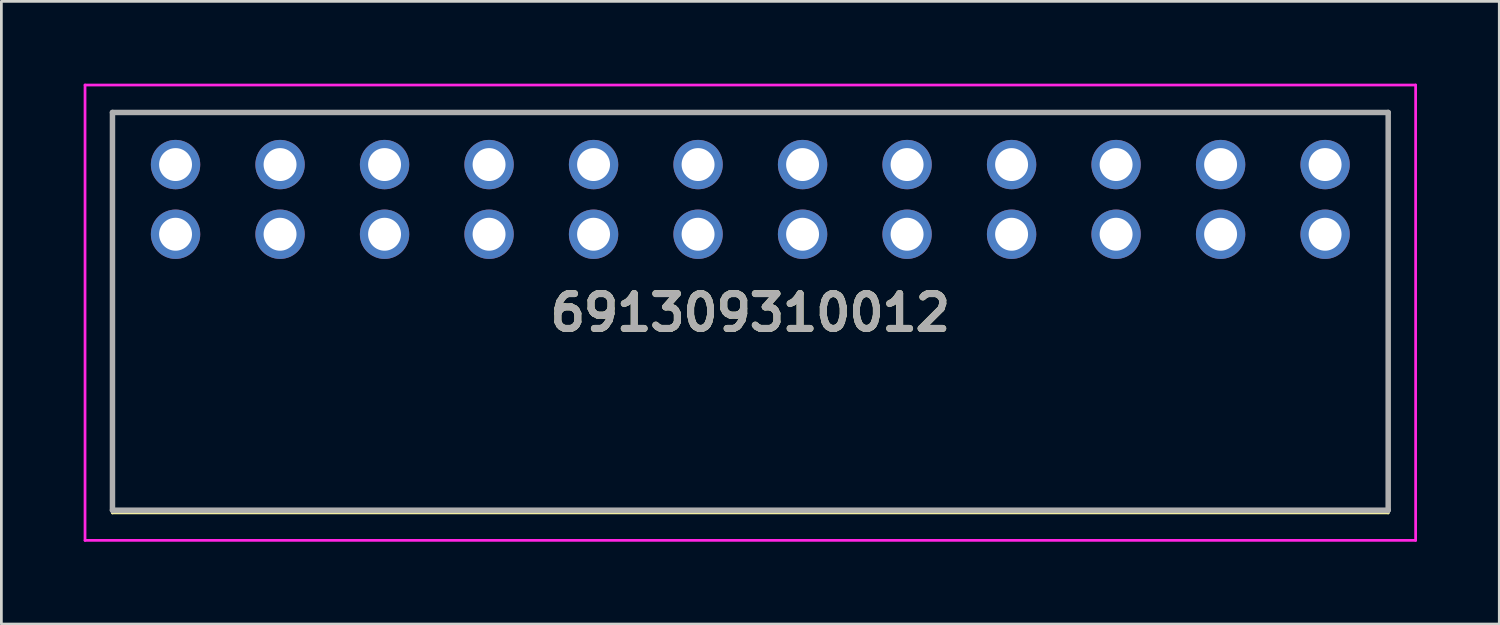
<source format=kicad_pcb>
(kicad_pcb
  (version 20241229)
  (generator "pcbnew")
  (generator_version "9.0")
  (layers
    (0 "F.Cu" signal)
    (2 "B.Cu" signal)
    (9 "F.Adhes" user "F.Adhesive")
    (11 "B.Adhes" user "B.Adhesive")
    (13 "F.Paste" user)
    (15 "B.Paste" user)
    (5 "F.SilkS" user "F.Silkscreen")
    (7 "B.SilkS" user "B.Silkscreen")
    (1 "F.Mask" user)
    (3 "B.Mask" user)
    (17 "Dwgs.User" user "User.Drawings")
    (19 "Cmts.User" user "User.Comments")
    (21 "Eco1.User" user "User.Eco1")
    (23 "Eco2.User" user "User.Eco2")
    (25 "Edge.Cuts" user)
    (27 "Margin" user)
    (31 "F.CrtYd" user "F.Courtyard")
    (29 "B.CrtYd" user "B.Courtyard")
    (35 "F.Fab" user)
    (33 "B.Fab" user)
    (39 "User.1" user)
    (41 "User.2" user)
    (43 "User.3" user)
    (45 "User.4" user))
  (footprint "691309310012"
    (layer "F.Cu")
    (at 3.35 5.49)
    (property "Reference" "691309310012" (at 20.955 2.86 0) (layer "F.SilkS") (effects (font (size 1.27 1.27) (thickness 0.254))))
    (attr through_hole)
    (fp_line (start -2.3 -4.44) (end 44.21 -4.44) (stroke (width 0.1) (type solid)) (layer "F.SilkS"))
    (fp_line (start -2.3 10.16) (end -2.3 -4.44) (stroke (width 0.1) (type solid)) (layer "F.SilkS"))
    (fp_line (start 44.21 -4.44) (end 44.21 10.16) (stroke (width 0.1) (type solid)) (layer "F.SilkS"))
    (fp_line (start 44.21 10.16) (end -2.3 10.16) (stroke (width 0.1) (type solid)) (layer "F.SilkS"))
    (fp_line (start -3.3 -5.44) (end 45.21 -5.44) (stroke (width 0.1) (type solid)) (layer "F.CrtYd"))
    (fp_line (start -3.3 11.16) (end -3.3 -5.44) (stroke (width 0.1) (type solid)) (layer "F.CrtYd"))
    (fp_line (start 45.21 -5.44) (end 45.21 11.16) (stroke (width 0.1) (type solid)) (layer "F.CrtYd"))
    (fp_line (start 45.21 11.16) (end -3.3 11.16) (stroke (width 0.1) (type solid)) (layer "F.CrtYd"))
    (fp_line (start -2.3 -4.44) (end 44.21 -4.44) (stroke (width 0.2) (type solid)) (layer "F.Fab"))
    (fp_line (start -2.3 10.06) (end -2.3 -4.44) (stroke (width 0.2) (type solid)) (layer "F.Fab"))
    (fp_line (start 44.21 -4.44) (end 44.21 10.06) (stroke (width 0.2) (type solid)) (layer "F.Fab"))
    (fp_line (start 44.21 10.06) (end -2.3 10.06) (stroke (width 0.2) (type solid)) (layer "F.Fab"))
    (fp_text user "${REFERENCE}" (at 20.955 2.86 0) (layer "F.Fab") (effects (font (size 1.27 1.27) (thickness 0.254))))
    (pad "1" thru_hole circle (at 0 0) (size 1.8 1.8) (drill 1.2) (layers "*.Cu" "*.Mask"))
    (pad "2" thru_hole circle (at 0 -2.54) (size 1.8 1.8) (drill 1.2) (layers "*.Cu" "*.Mask"))
    (pad "3" thru_hole circle (at 3.81 0) (size 1.8 1.8) (drill 1.2) (layers "*.Cu" "*.Mask"))
    (pad "4" thru_hole circle (at 3.81 -2.54) (size 1.8 1.8) (drill 1.2) (layers "*.Cu" "*.Mask"))
    (pad "5" thru_hole circle (at 7.62 0) (size 1.8 1.8) (drill 1.2) (layers "*.Cu" "*.Mask"))
    (pad "6" thru_hole circle (at 7.62 -2.54) (size 1.8 1.8) (drill 1.2) (layers "*.Cu" "*.Mask"))
    (pad "7" thru_hole circle (at 11.43 0) (size 1.8 1.8) (drill 1.2) (layers "*.Cu" "*.Mask"))
    (pad "8" thru_hole circle (at 11.43 -2.54) (size 1.8 1.8) (drill 1.2) (layers "*.Cu" "*.Mask"))
    (pad "9" thru_hole circle (at 15.24 0) (size 1.8 1.8) (drill 1.2) (layers "*.Cu" "*.Mask"))
    (pad "10" thru_hole circle (at 15.24 -2.54) (size 1.8 1.8) (drill 1.2) (layers "*.Cu" "*.Mask"))
    (pad "11" thru_hole circle (at 19.05 0) (size 1.8 1.8) (drill 1.2) (layers "*.Cu" "*.Mask"))
    (pad "12" thru_hole circle (at 19.05 -2.54) (size 1.8 1.8) (drill 1.2) (layers "*.Cu" "*.Mask"))
    (pad "13" thru_hole circle (at 22.86 0) (size 1.8 1.8) (drill 1.2) (layers "*.Cu" "*.Mask"))
    (pad "14" thru_hole circle (at 22.86 -2.54) (size 1.8 1.8) (drill 1.2) (layers "*.Cu" "*.Mask"))
    (pad "15" thru_hole circle (at 26.67 0) (size 1.8 1.8) (drill 1.2) (layers "*.Cu" "*.Mask"))
    (pad "16" thru_hole circle (at 26.67 -2.54) (size 1.8 1.8) (drill 1.2) (layers "*.Cu" "*.Mask"))
    (pad "17" thru_hole circle (at 30.48 0) (size 1.8 1.8) (drill 1.2) (layers "*.Cu" "*.Mask"))
    (pad "18" thru_hole circle (at 30.48 -2.54) (size 1.8 1.8) (drill 1.2) (layers "*.Cu" "*.Mask"))
    (pad "19" thru_hole circle (at 34.29 0) (size 1.8 1.8) (drill 1.2) (layers "*.Cu" "*.Mask"))
    (pad "20" thru_hole circle (at 34.29 -2.54) (size 1.8 1.8) (drill 1.2) (layers "*.Cu" "*.Mask"))
    (pad "21" thru_hole circle (at 38.1 0) (size 1.8 1.8) (drill 1.2) (layers "*.Cu" "*.Mask"))
    (pad "22" thru_hole circle (at 38.1 -2.54) (size 1.8 1.8) (drill 1.2) (layers "*.Cu" "*.Mask"))
    (pad "23" thru_hole circle (at 41.91 0) (size 1.8 1.8) (drill 1.2) (layers "*.Cu" "*.Mask"))
    (pad "24" thru_hole circle (at 41.91 -2.54) (size 1.8 1.8) (drill 1.2) (layers "*.Cu" "*.Mask")))
  (gr_rect
    (start -3 -3)
    (end 51.61 19.7)
    (stroke (width 0.1) (type default))
    (fill no)
    (layer "Edge.Cuts")))
</source>
